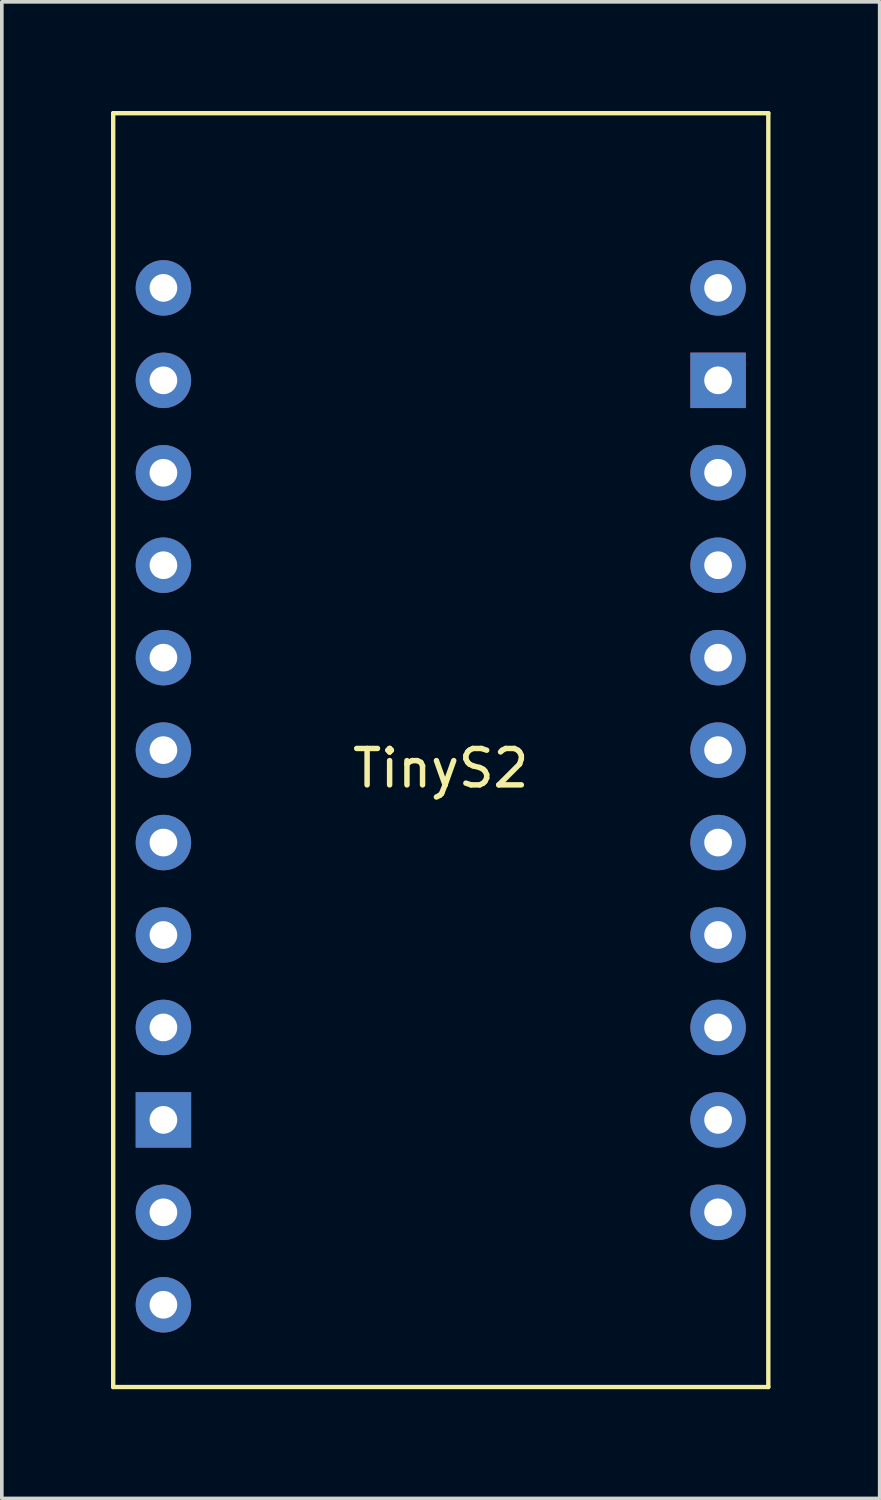
<source format=kicad_pcb>
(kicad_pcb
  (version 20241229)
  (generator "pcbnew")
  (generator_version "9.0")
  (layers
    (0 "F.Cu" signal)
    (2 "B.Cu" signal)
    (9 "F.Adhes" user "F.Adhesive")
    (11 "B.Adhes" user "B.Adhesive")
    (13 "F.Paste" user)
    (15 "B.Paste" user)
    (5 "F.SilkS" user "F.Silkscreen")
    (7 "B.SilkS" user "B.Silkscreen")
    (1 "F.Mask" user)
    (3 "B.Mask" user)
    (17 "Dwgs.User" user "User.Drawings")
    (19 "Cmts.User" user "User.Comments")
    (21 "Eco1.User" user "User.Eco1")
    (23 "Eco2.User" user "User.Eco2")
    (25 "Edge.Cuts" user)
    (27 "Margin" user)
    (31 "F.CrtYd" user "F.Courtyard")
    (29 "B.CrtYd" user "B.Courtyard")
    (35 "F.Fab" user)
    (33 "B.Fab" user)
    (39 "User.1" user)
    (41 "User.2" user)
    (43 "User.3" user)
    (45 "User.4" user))
  (footprint "TinyS2"
    (layer "F.Cu")
    (at 9.06 17.56)
    (property "Reference" "TinyS2" (at 0 0.5 0) (layer "F.SilkS") (effects (font (size 1 1) (thickness 0.15))))
    (attr through_hole)
    (fp_line (start -9 -17.5) (end -9 17.5) (stroke (width 0.12) (type solid)) (layer "F.SilkS"))
    (fp_line (start 9 -17.5) (end -9 -17.5) (stroke (width 0.12) (type solid)) (layer "F.SilkS"))
    (fp_line (start 9 -17.5) (end 9 17.5) (stroke (width 0.12) (type solid)) (layer "F.SilkS"))
    (fp_line (start 9 17.5) (end -9 17.5) (stroke (width 0.12) (type solid)) (layer "F.SilkS"))
    (pad "19" thru_hole circle (at -7.62 -12.7) (size 1.524 1.524) (drill 0.762) (layers "*.Cu" "*.Mask"))
    (pad "20" thru_hole circle (at -7.62 -10.16) (size 1.524 1.524) (drill 0.762) (layers "*.Cu" "*.Mask"))
    (pad "21" thru_hole circle (at -7.62 -7.62) (size 1.524 1.524) (drill 0.762) (layers "*.Cu" "*.Mask"))
    (pad "22" thru_hole circle (at -7.62 -5.08) (size 1.524 1.524) (drill 0.762) (layers "*.Cu" "*.Mask"))
    (pad "23" thru_hole circle (at -7.62 -2.54) (size 1.524 1.524) (drill 0.762) (layers "*.Cu" "*.Mask"))
    (pad "24" thru_hole circle (at -7.62 0) (size 1.524 1.524) (drill 0.762) (layers "*.Cu" "*.Mask"))
    (pad "25" thru_hole circle (at -7.62 2.54) (size 1.524 1.524) (drill 0.762) (layers "*.Cu" "*.Mask"))
    (pad "26" thru_hole circle (at -7.62 5.08) (size 1.524 1.524) (drill 0.762) (layers "*.Cu" "*.Mask"))
    (pad "27" thru_hole circle (at -7.62 7.62) (size 1.524 1.524) (drill 0.762) (layers "*.Cu" "*.Mask"))
    (pad "28" thru_hole rect (at -7.62 10.16) (size 1.524 1.524) (drill 0.762) (layers "*.Cu" "*.Mask"))
    (pad "29" thru_hole circle (at -7.62 12.7) (size 1.524 1.524) (drill 0.762) (layers "*.Cu" "*.Mask"))
    (pad "30" thru_hole circle (at -7.62 15.24) (size 1.524 1.524) (drill 0.762) (layers "*.Cu" "*.Mask"))
    (pad "31" thru_hole circle (at 7.62 -12.7) (size 1.524 1.524) (drill 0.762) (layers "*.Cu" "*.Mask"))
    (pad "32" thru_hole rect (at 7.62 -10.16) (size 1.524 1.524) (drill 0.762) (layers "*.Cu" "*.Mask"))
    (pad "33" thru_hole circle (at 7.62 -7.62) (size 1.524 1.524) (drill 0.762) (layers "*.Cu" "*.Mask"))
    (pad "34" thru_hole circle (at 7.62 -2.54) (size 1.524 1.524) (drill 0.762) (layers "*.Cu" "*.Mask"))
    (pad "35" thru_hole circle (at 7.62 -5.08) (size 1.524 1.524) (drill 0.762) (layers "*.Cu" "*.Mask"))
    (pad "36" thru_hole circle (at 7.62 0) (size 1.524 1.524) (drill 0.762) (layers "*.Cu" "*.Mask"))
    (pad "37" thru_hole circle (at 7.62 2.54) (size 1.524 1.524) (drill 0.762) (layers "*.Cu" "*.Mask"))
    (pad "38" thru_hole circle (at 7.62 12.7) (size 1.524 1.524) (drill 0.762) (layers "*.Cu" "*.Mask"))
    (pad "39" thru_hole circle (at 7.62 10.16) (size 1.524 1.524) (drill 0.762) (layers "*.Cu" "*.Mask"))
    (pad "40" thru_hole circle (at 7.62 7.62) (size 1.524 1.524) (drill 0.762) (layers "*.Cu" "*.Mask"))
    (pad "41" thru_hole circle (at 7.62 5.08) (size 1.524 1.524) (drill 0.762) (layers "*.Cu" "*.Mask")))
  (gr_rect
    (start -3 -3)
    (end 21.12 38.12)
    (stroke (width 0.1) (type default))
    (fill no)
    (layer "Edge.Cuts")))
</source>
